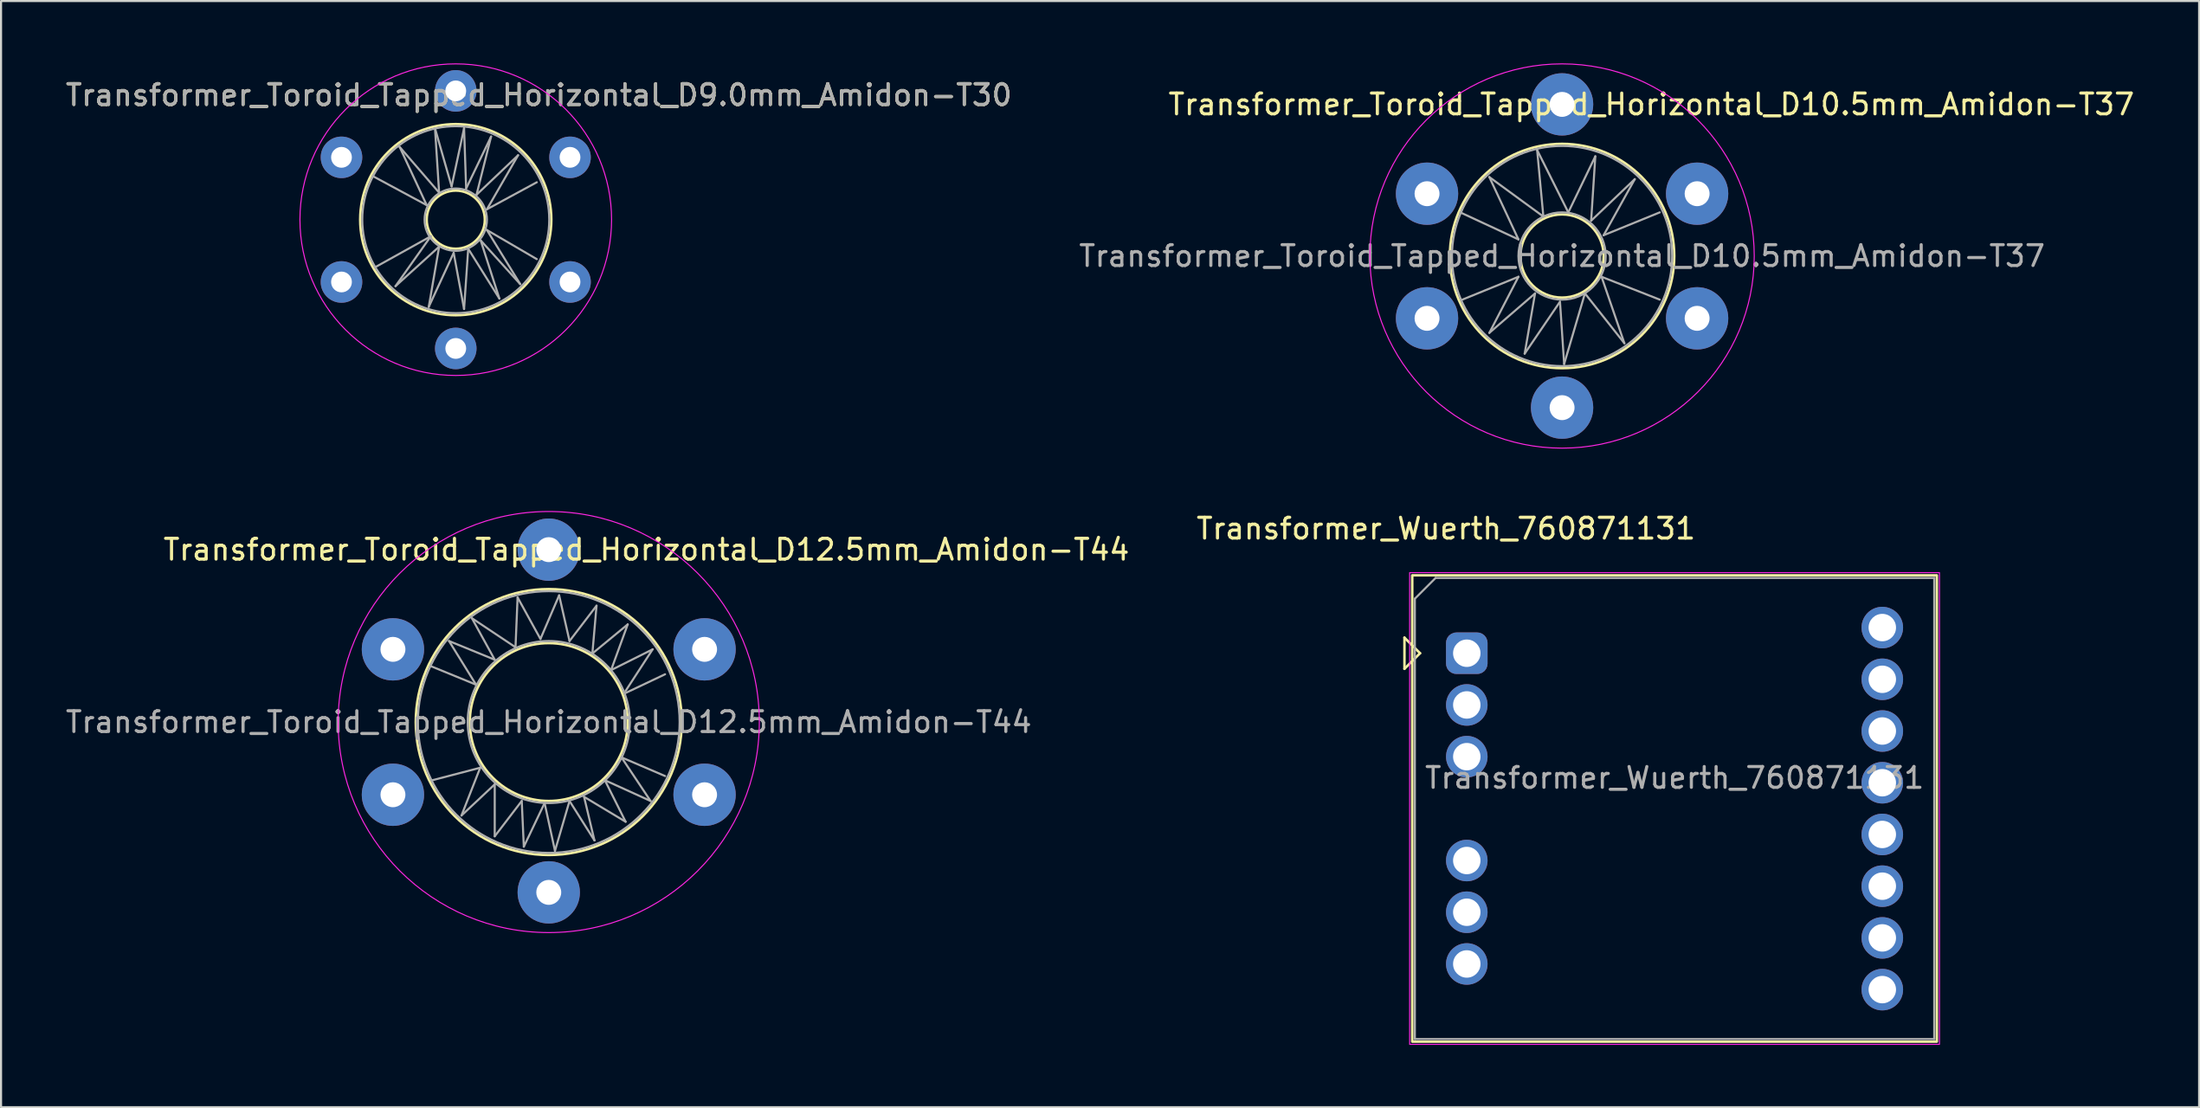
<source format=kicad_pcb>
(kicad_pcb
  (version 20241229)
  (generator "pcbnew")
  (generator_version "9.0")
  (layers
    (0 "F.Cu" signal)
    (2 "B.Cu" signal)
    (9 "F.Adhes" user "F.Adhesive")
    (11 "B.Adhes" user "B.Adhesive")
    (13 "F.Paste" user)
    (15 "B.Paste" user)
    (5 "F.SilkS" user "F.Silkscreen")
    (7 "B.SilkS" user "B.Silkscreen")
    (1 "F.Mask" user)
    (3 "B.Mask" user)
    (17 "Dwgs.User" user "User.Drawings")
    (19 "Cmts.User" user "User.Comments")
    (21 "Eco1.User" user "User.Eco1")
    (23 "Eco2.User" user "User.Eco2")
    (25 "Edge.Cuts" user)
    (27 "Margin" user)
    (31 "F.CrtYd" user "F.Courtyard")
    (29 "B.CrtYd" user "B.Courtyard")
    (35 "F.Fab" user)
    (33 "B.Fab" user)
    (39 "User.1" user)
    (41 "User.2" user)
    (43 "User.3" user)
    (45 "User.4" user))
  (footprint "Transformer_Toroid_Tapped_Horizontal_D12.5mm_Amidon-T44"
    (layer "F.Cu")
    (at 15.863 35.211)
    (property "Reference" "Transformer_Toroid_Tapped_Horizontal_D12.5mm_Amidon-T44" (at 12.2 -11.8 0) (layer "F.SilkS") (effects (font (size 1 1) (thickness 0.15))))
    (attr through_hole)
    (fp_circle (center 7.5 -3.5) (end 11.3 -3.5) (stroke (width 0.12) (type solid)) (fill no) (layer "F.SilkS"))
    (fp_circle (center 7.5 -3.5) (end 13.9 -3.4) (stroke (width 0.12) (type solid)) (fill no) (layer "F.SilkS"))
    (fp_circle (center 7.5 -3.5) (end 16.2 1.7) (stroke (width 0.05) (type solid)) (fill no) (layer "F.CrtYd"))
    (fp_line (start 1.8 -6.2) (end 4 -5.3) (stroke (width 0.1) (type solid)) (layer "F.Fab"))
    (fp_line (start 1.9 -0.7) (end 4.2 -1.3) (stroke (width 0.1) (type solid)) (layer "F.Fab"))
    (fp_line (start 2.7 -7.4) (end 4.9 -6.5) (stroke (width 0.1) (type solid)) (layer "F.Fab"))
    (fp_line (start 3.3 1) (end 4.9 -0.5) (stroke (width 0.1) (type solid)) (layer "F.Fab"))
    (fp_line (start 3.8 -8.5) (end 5.9 -7.1) (stroke (width 0.1) (type solid)) (layer "F.Fab"))
    (fp_line (start 4 -5.3) (end 2.7 -7.4) (stroke (width 0.1) (type solid)) (layer "F.Fab"))
    (fp_line (start 4.2 -1.3) (end 3.3 1) (stroke (width 0.1) (type solid)) (layer "F.Fab"))
    (fp_line (start 4.9 -6.5) (end 3.8 -8.5) (stroke (width 0.1) (type solid)) (layer "F.Fab"))
    (fp_line (start 4.9 -0.5) (end 4.9 2) (stroke (width 0.1) (type solid)) (layer "F.Fab"))
    (fp_line (start 4.9 2) (end 6.2 0.3) (stroke (width 0.1) (type solid)) (layer "F.Fab"))
    (fp_line (start 5.9 -7.1) (end 6 -9.5) (stroke (width 0.1) (type solid)) (layer "F.Fab"))
    (fp_line (start 6 -9.5) (end 7.1 -7.5) (stroke (width 0.1) (type solid)) (layer "F.Fab"))
    (fp_line (start 6.2 0.3) (end 6.3 2.5) (stroke (width 0.1) (type solid)) (layer "F.Fab"))
    (fp_line (start 6.3 2.5) (end 7.3 0.4) (stroke (width 0.1) (type solid)) (layer "F.Fab"))
    (fp_line (start 7.1 -7.5) (end 8 -9.6) (stroke (width 0.1) (type solid)) (layer "F.Fab"))
    (fp_line (start 7.3 0.4) (end 7.8 2.7) (stroke (width 0.1) (type solid)) (layer "F.Fab"))
    (fp_line (start 7.8 2.7) (end 8.5 0.3) (stroke (width 0.1) (type solid)) (layer "F.Fab"))
    (fp_line (start 8 -9.6) (end 8.5 -7.4) (stroke (width 0.1) (type solid)) (layer "F.Fab"))
    (fp_line (start 8.5 -7.4) (end 9.8 -9.1) (stroke (width 0.1) (type solid)) (layer "F.Fab"))
    (fp_line (start 8.5 0.3) (end 9.7 2.2) (stroke (width 0.1) (type solid)) (layer "F.Fab"))
    (fp_line (start 9.2 0.1) (end 11.2 1.3) (stroke (width 0.1) (type solid)) (layer "F.Fab"))
    (fp_line (start 9.6 -6.8) (end 11.3 -8.2) (stroke (width 0.1) (type solid)) (layer "F.Fab"))
    (fp_line (start 9.7 2.2) (end 9.2 0.1) (stroke (width 0.1) (type solid)) (layer "F.Fab"))
    (fp_line (start 9.8 -9.1) (end 9.6 -6.8) (stroke (width 0.1) (type solid)) (layer "F.Fab"))
    (fp_line (start 10.2 -0.7) (end 12.4 0.3) (stroke (width 0.1) (type solid)) (layer "F.Fab"))
    (fp_line (start 10.5 -6) (end 12.5 -7) (stroke (width 0.1) (type solid)) (layer "F.Fab"))
    (fp_line (start 11 -1.8) (end 13.1 -0.9) (stroke (width 0.1) (type solid)) (layer "F.Fab"))
    (fp_line (start 11.2 -4.9) (end 13.1 -5.8) (stroke (width 0.1) (type solid)) (layer "F.Fab"))
    (fp_line (start 11.2 1.3) (end 10.2 -0.7) (stroke (width 0.1) (type solid)) (layer "F.Fab"))
    (fp_line (start 11.3 -8.2) (end 10.5 -6) (stroke (width 0.1) (type solid)) (layer "F.Fab"))
    (fp_line (start 12.4 0.3) (end 11 -1.8) (stroke (width 0.1) (type solid)) (layer "F.Fab"))
    (fp_line (start 12.5 -7) (end 11.2 -5) (stroke (width 0.1) (type solid)) (layer "F.Fab"))
    (fp_circle (center 7.5 -3.5) (end 11.4 -3.5) (stroke (width 0.1) (type solid)) (fill no) (layer "F.Fab"))
    (fp_circle (center 7.5 -3.5) (end 13.8 -3.5) (stroke (width 0.1) (type solid)) (fill no) (layer "F.Fab"))
    (fp_text user "${REFERENCE}" (at 7.5 -3.5 0) (layer "F.Fab") (effects (font (size 1 1) (thickness 0.15))))
    (pad "1" thru_hole circle (at 0 0) (size 3 3) (drill 1.2) (layers "*.Cu" "*.Mask"))
    (pad "2" thru_hole circle (at 7.5 4.7) (size 3 3) (drill 1.2) (layers "*.Cu" "*.Mask"))
    (pad "3" thru_hole circle (at 15 0) (size 3 3) (drill 1.2) (layers "*.Cu" "*.Mask"))
    (pad "4" thru_hole circle (at 0 -7) (size 3 3) (drill 1.2) (layers "*.Cu" "*.Mask"))
    (pad "5" thru_hole circle (at 7.5 -11.8) (size 3 3) (drill 1.2) (layers "*.Cu" "*.Mask"))
    (pad "6" thru_hole circle (at 15 -7) (size 3 3) (drill 1.2) (layers "*.Cu" "*.Mask")))
  (footprint "Transformer_Toroid_Tapped_Horizontal_D10.5mm_Amidon-T37"
    (layer "F.Cu")
    (at 65.637 12.275)
    (property "Reference" "Transformer_Toroid_Tapped_Horizontal_D10.5mm_Amidon-T37" (at 10.8 -10.3 0) (layer "F.SilkS") (effects (font (size 1 1) (thickness 0.15))))
    (attr through_hole)
    (fp_circle (center 6.5 -3) (end 8.5 -3.1) (stroke (width 0.12) (type solid)) (fill no) (layer "F.SilkS"))
    (fp_circle (center 6.5 -3) (end 11.9 -3) (stroke (width 0.12) (type solid)) (fill no) (layer "F.SilkS"))
    (fp_circle (center 6.5 -3) (end 6.5 -12.25) (stroke (width 0.05) (type solid)) (fill no) (layer "F.CrtYd"))
    (fp_line (start 1.6 -5.1) (end 4.4 -3.8) (stroke (width 0.1) (type solid)) (layer "F.Fab"))
    (fp_line (start 1.7 -0.9) (end 4.4 -2) (stroke (width 0.1) (type solid)) (layer "F.Fab"))
    (fp_line (start 3 -6.8) (end 5.6 -4.9) (stroke (width 0.1) (type solid)) (layer "F.Fab"))
    (fp_line (start 3 0.7) (end 5.2 -1.2) (stroke (width 0.1) (type solid)) (layer "F.Fab"))
    (fp_line (start 4.4 -3.8) (end 3 -6.8) (stroke (width 0.1) (type solid)) (layer "F.Fab"))
    (fp_line (start 4.4 -2) (end 3 0.7) (stroke (width 0.1) (type solid)) (layer "F.Fab"))
    (fp_line (start 4.7 1.7) (end 6.4 -0.8) (stroke (width 0.1) (type solid)) (layer "F.Fab"))
    (fp_line (start 5.2 -1.2) (end 4.7 1.7) (stroke (width 0.1) (type solid)) (layer "F.Fab"))
    (fp_line (start 5.3 -8.1) (end 6.8 -5.1) (stroke (width 0.1) (type solid)) (layer "F.Fab"))
    (fp_line (start 5.6 -4.9) (end 5.3 -8.1) (stroke (width 0.1) (type solid)) (layer "F.Fab"))
    (fp_line (start 6.4 -0.8) (end 6.6 2.2) (stroke (width 0.1) (type solid)) (layer "F.Fab"))
    (fp_line (start 6.6 2.2) (end 7.6 -1.2) (stroke (width 0.1) (type solid)) (layer "F.Fab"))
    (fp_line (start 6.8 -5.1) (end 8.1 -7.8) (stroke (width 0.1) (type solid)) (layer "F.Fab"))
    (fp_line (start 7.6 -1.2) (end 9.5 1.2) (stroke (width 0.1) (type solid)) (layer "F.Fab"))
    (fp_line (start 7.9 -4.7) (end 10 -6.7) (stroke (width 0.1) (type solid)) (layer "F.Fab"))
    (fp_line (start 8.1 -7.8) (end 7.9 -4.7) (stroke (width 0.1) (type solid)) (layer "F.Fab"))
    (fp_line (start 8.4 -2) (end 11.2 -0.9) (stroke (width 0.1) (type solid)) (layer "F.Fab"))
    (fp_line (start 8.5 -4) (end 11.2 -5.1) (stroke (width 0.1) (type solid)) (layer "F.Fab"))
    (fp_line (start 9.5 1.2) (end 8.4 -2) (stroke (width 0.1) (type solid)) (layer "F.Fab"))
    (fp_line (start 10 -6.7) (end 8.5 -4) (stroke (width 0.1) (type solid)) (layer "F.Fab"))
    (fp_circle (center 6.5 -3) (end 8.6 -3) (stroke (width 0.1) (type solid)) (fill no) (layer "F.Fab"))
    (fp_circle (center 6.5 -3) (end 11.8 -3) (stroke (width 0.1) (type solid)) (fill no) (layer "F.Fab"))
    (fp_text user "${REFERENCE}" (at 6.5 -3 0) (layer "F.Fab") (effects (font (size 1 1) (thickness 0.15))))
    (pad "1" thru_hole circle (at 0 0) (size 3 3) (drill 1.2) (layers "*.Cu" "*.Mask"))
    (pad "2" thru_hole circle (at 6.5 4.3) (size 3 3) (drill 1.2) (layers "*.Cu" "*.Mask"))
    (pad "3" thru_hole circle (at 13 0) (size 3 3) (drill 1.2) (layers "*.Cu" "*.Mask"))
    (pad "4" thru_hole circle (at 0 -6) (size 3 3) (drill 1.2) (layers "*.Cu" "*.Mask"))
    (pad "5" thru_hole circle (at 6.5 -10.3) (size 3 3) (drill 1.2) (layers "*.Cu" "*.Mask"))
    (pad "6" thru_hole circle (at 13 -6) (size 3 3) (drill 1.2) (layers "*.Cu" "*.Mask")))
  (footprint "Transformer_Wuerth_760871131"
    (layer "F.Cu")
    (at 67.551 28.398)
    (property "Reference" "Transformer_Wuerth_760871131" (at -1 -6 0) (unlocked yes) (layer "F.SilkS") (effects (font (size 1 1) (thickness 0.15))))
    (attr through_hole)
    (fp_line (start -3 -0.75) (end -3 0.75) (stroke (width 0.12) (type solid)) (layer "F.SilkS"))
    (fp_line (start -3 -0.75) (end -2.25 0) (stroke (width 0.12) (type solid)) (layer "F.SilkS"))
    (fp_line (start -3 0.75) (end -2.25 0) (stroke (width 0.12) (type solid)) (layer "F.SilkS"))
    (fp_rect (start -2.625 -3.75) (end 22.625 18.7) (stroke (width 0.12) (type solid)) (fill no) (layer "F.SilkS"))
    (fp_rect (start -2.75 -3.88) (end 22.75 18.83) (stroke (width 0.05) (type solid)) (fill no) (layer "F.CrtYd"))
    (fp_line (start -2.5 18.575) (end -2.5 -2.625) (stroke (width 0.1) (type solid)) (layer "F.Fab"))
    (fp_line (start -1.5 -3.625) (end -2.5 -2.625) (stroke (width 0.1) (type solid)) (layer "F.Fab"))
    (fp_line (start -1.5 -3.625) (end 22.5 -3.625) (stroke (width 0.1) (type solid)) (layer "F.Fab"))
    (fp_line (start 22.5 -3.625) (end 22.5 18.575) (stroke (width 0.1) (type solid)) (layer "F.Fab"))
    (fp_line (start 22.5 18.575) (end -2.5 18.575) (stroke (width 0.1) (type solid)) (layer "F.Fab"))
    (fp_text user "${REFERENCE}" (at 10 6 0) (unlocked yes) (layer "F.Fab") (effects (font (size 1 1) (thickness 0.15))))
    (pad "1" thru_hole roundrect (at 0 0) (size 2 2) (drill 1.32) (layers "*.Cu" "*.Mask") (roundrect_rratio 0.25))
    (pad "2" thru_hole circle (at 0 2.49) (size 2 2) (drill 1.32) (layers "*.Cu" "*.Mask"))
    (pad "3" thru_hole circle (at 0 4.98) (size 2 2) (drill 1.32) (layers "*.Cu" "*.Mask"))
    (pad "4" thru_hole circle (at 0 9.98) (size 2 2) (drill 1.32) (layers "*.Cu" "*.Mask"))
    (pad "5" thru_hole circle (at 0 12.47) (size 2 2) (drill 1.32) (layers "*.Cu" "*.Mask"))
    (pad "6" thru_hole circle (at 0 14.96) (size 2 2) (drill 1.32) (layers "*.Cu" "*.Mask"))
    (pad "7" thru_hole circle (at 20 16.195) (size 2 2) (drill 1.32) (layers "*.Cu" "*.Mask"))
    (pad "8" thru_hole circle (at 20 13.705) (size 2 2) (drill 1.32) (layers "*.Cu" "*.Mask"))
    (pad "9" thru_hole circle (at 20 11.215) (size 2 2) (drill 1.32) (layers "*.Cu" "*.Mask"))
    (pad "10" thru_hole circle (at 20 8.725) (size 2 2) (drill 1.32) (layers "*.Cu" "*.Mask"))
    (pad "11" thru_hole circle (at 20 6.235) (size 2 2) (drill 1.32) (layers "*.Cu" "*.Mask"))
    (pad "12" thru_hole circle (at 20 3.745) (size 2 2) (drill 1.32) (layers "*.Cu" "*.Mask"))
    (pad "13" thru_hole circle (at 20 1.255) (size 2 2) (drill 1.32) (layers "*.Cu" "*.Mask"))
    (pad "14" thru_hole circle (at 20 -1.235) (size 2 2) (drill 1.32) (layers "*.Cu" "*.Mask")))
  (footprint "Transformer_Toroid_Tapped_Horizontal_D9.0mm_Amidon-T30"
    (layer "F.Cu")
    (at 13.387 10.525)
    (property "Reference" "Transformer_Toroid_Tapped_Horizontal_D9.0mm_Amidon-T30" (at 9.5 -9 0) (layer "F.SilkS") (effects (font (size 1 1) (thickness 0.15))))
    (attr through_hole)
    (fp_circle (center 5.5 -3) (end 5.5 -7.6) (stroke (width 0.12) (type solid)) (fill no) (layer "F.SilkS"))
    (fp_circle (center 5.5 -3) (end 5.5 -4.4) (stroke (width 0.12) (type solid)) (fill no) (layer "F.SilkS"))
    (fp_circle (center 5.5 -3) (end 5.5 4.5) (stroke (width 0.05) (type solid)) (fill no) (layer "F.CrtYd"))
    (fp_line (start 1.5 -5.1) (end 4.1 -3.7) (stroke (width 0.1) (type solid)) (layer "F.Fab"))
    (fp_line (start 1.6 -0.7) (end 4.3 -2.2) (stroke (width 0.1) (type solid)) (layer "F.Fab"))
    (fp_line (start 2.6 0.2) (end 4.7 -1.7) (stroke (width 0.1) (type solid)) (layer "F.Fab"))
    (fp_line (start 2.8 -6.5) (end 4.7 -4.3) (stroke (width 0.1) (type solid)) (layer "F.Fab"))
    (fp_line (start 4.1 -3.7) (end 2.8 -6.5) (stroke (width 0.1) (type solid)) (layer "F.Fab"))
    (fp_line (start 4.2 1.2) (end 5.4 -1.4) (stroke (width 0.1) (type solid)) (layer "F.Fab"))
    (fp_line (start 4.3 -2.2) (end 2.6 0.2) (stroke (width 0.1) (type solid)) (layer "F.Fab"))
    (fp_line (start 4.5 -7.4) (end 5.3 -4.6) (stroke (width 0.1) (type solid)) (layer "F.Fab"))
    (fp_line (start 4.7 -4.3) (end 4.5 -7.4) (stroke (width 0.1) (type solid)) (layer "F.Fab"))
    (fp_line (start 4.7 -1.7) (end 4.2 1.2) (stroke (width 0.1) (type solid)) (layer "F.Fab"))
    (fp_line (start 5.3 -4.6) (end 5.9 -7.4) (stroke (width 0.1) (type solid)) (layer "F.Fab"))
    (fp_line (start 5.4 -1.4) (end 5.9 1.3) (stroke (width 0.1) (type solid)) (layer "F.Fab"))
    (fp_line (start 5.9 -7.4) (end 6 -4.5) (stroke (width 0.1) (type solid)) (layer "F.Fab"))
    (fp_line (start 5.9 1.3) (end 6.1 -1.6) (stroke (width 0.1) (type solid)) (layer "F.Fab"))
    (fp_line (start 6 -4.5) (end 7.2 -7) (stroke (width 0.1) (type solid)) (layer "F.Fab"))
    (fp_line (start 6.1 -1.6) (end 7.6 0.8) (stroke (width 0.1) (type solid)) (layer "F.Fab"))
    (fp_line (start 6.5 -4.2) (end 8.5 -6.1) (stroke (width 0.1) (type solid)) (layer "F.Fab"))
    (fp_line (start 6.7 -2) (end 8.6 0.1) (stroke (width 0.1) (type solid)) (layer "F.Fab"))
    (fp_line (start 7 -3.5) (end 9.4 -4.8) (stroke (width 0.1) (type solid)) (layer "F.Fab"))
    (fp_line (start 7 -2.5) (end 9.4 -1.1) (stroke (width 0.1) (type solid)) (layer "F.Fab"))
    (fp_line (start 7.2 -7) (end 6.5 -4.2) (stroke (width 0.1) (type solid)) (layer "F.Fab"))
    (fp_line (start 7.6 0.8) (end 6.7 -2) (stroke (width 0.1) (type solid)) (layer "F.Fab"))
    (fp_line (start 8.5 -6.1) (end 7 -3.5) (stroke (width 0.1) (type solid)) (layer "F.Fab"))
    (fp_line (start 8.6 0.1) (end 7 -2.5) (stroke (width 0.1) (type solid)) (layer "F.Fab"))
    (fp_circle (center 5.5 -3) (end 7 -3) (stroke (width 0.1) (type solid)) (fill no) (layer "F.Fab"))
    (fp_circle (center 5.5 -3) (end 10 -3) (stroke (width 0.1) (type solid)) (fill no) (layer "F.Fab"))
    (fp_text user "${REFERENCE}" (at 9.5 -9 0) (layer "F.Fab") (effects (font (size 1 1) (thickness 0.15))))
    (pad "1" thru_hole circle (at 0 0) (size 2 2) (drill 1) (layers "*.Cu" "*.Mask"))
    (pad "2" thru_hole circle (at 5.5 3.2) (size 2 2) (drill 1) (layers "*.Cu" "*.Mask"))
    (pad "3" thru_hole circle (at 11 0) (size 2 2) (drill 1) (layers "*.Cu" "*.Mask"))
    (pad "4" thru_hole circle (at 0 -6) (size 2 2) (drill 1) (layers "*.Cu" "*.Mask"))
    (pad "5" thru_hole circle (at 5.5 -9.2) (size 2 2) (drill 1) (layers "*.Cu" "*.Mask"))
    (pad "6" thru_hole circle (at 11 -6) (size 2 2) (drill 1) (layers "*.Cu" "*.Mask")))
  (gr_rect
    (start -3 -3)
    (end 102.8 50.253)
    (stroke (width 0.1) (type default))
    (fill no)
    (layer "Edge.Cuts")))
</source>
